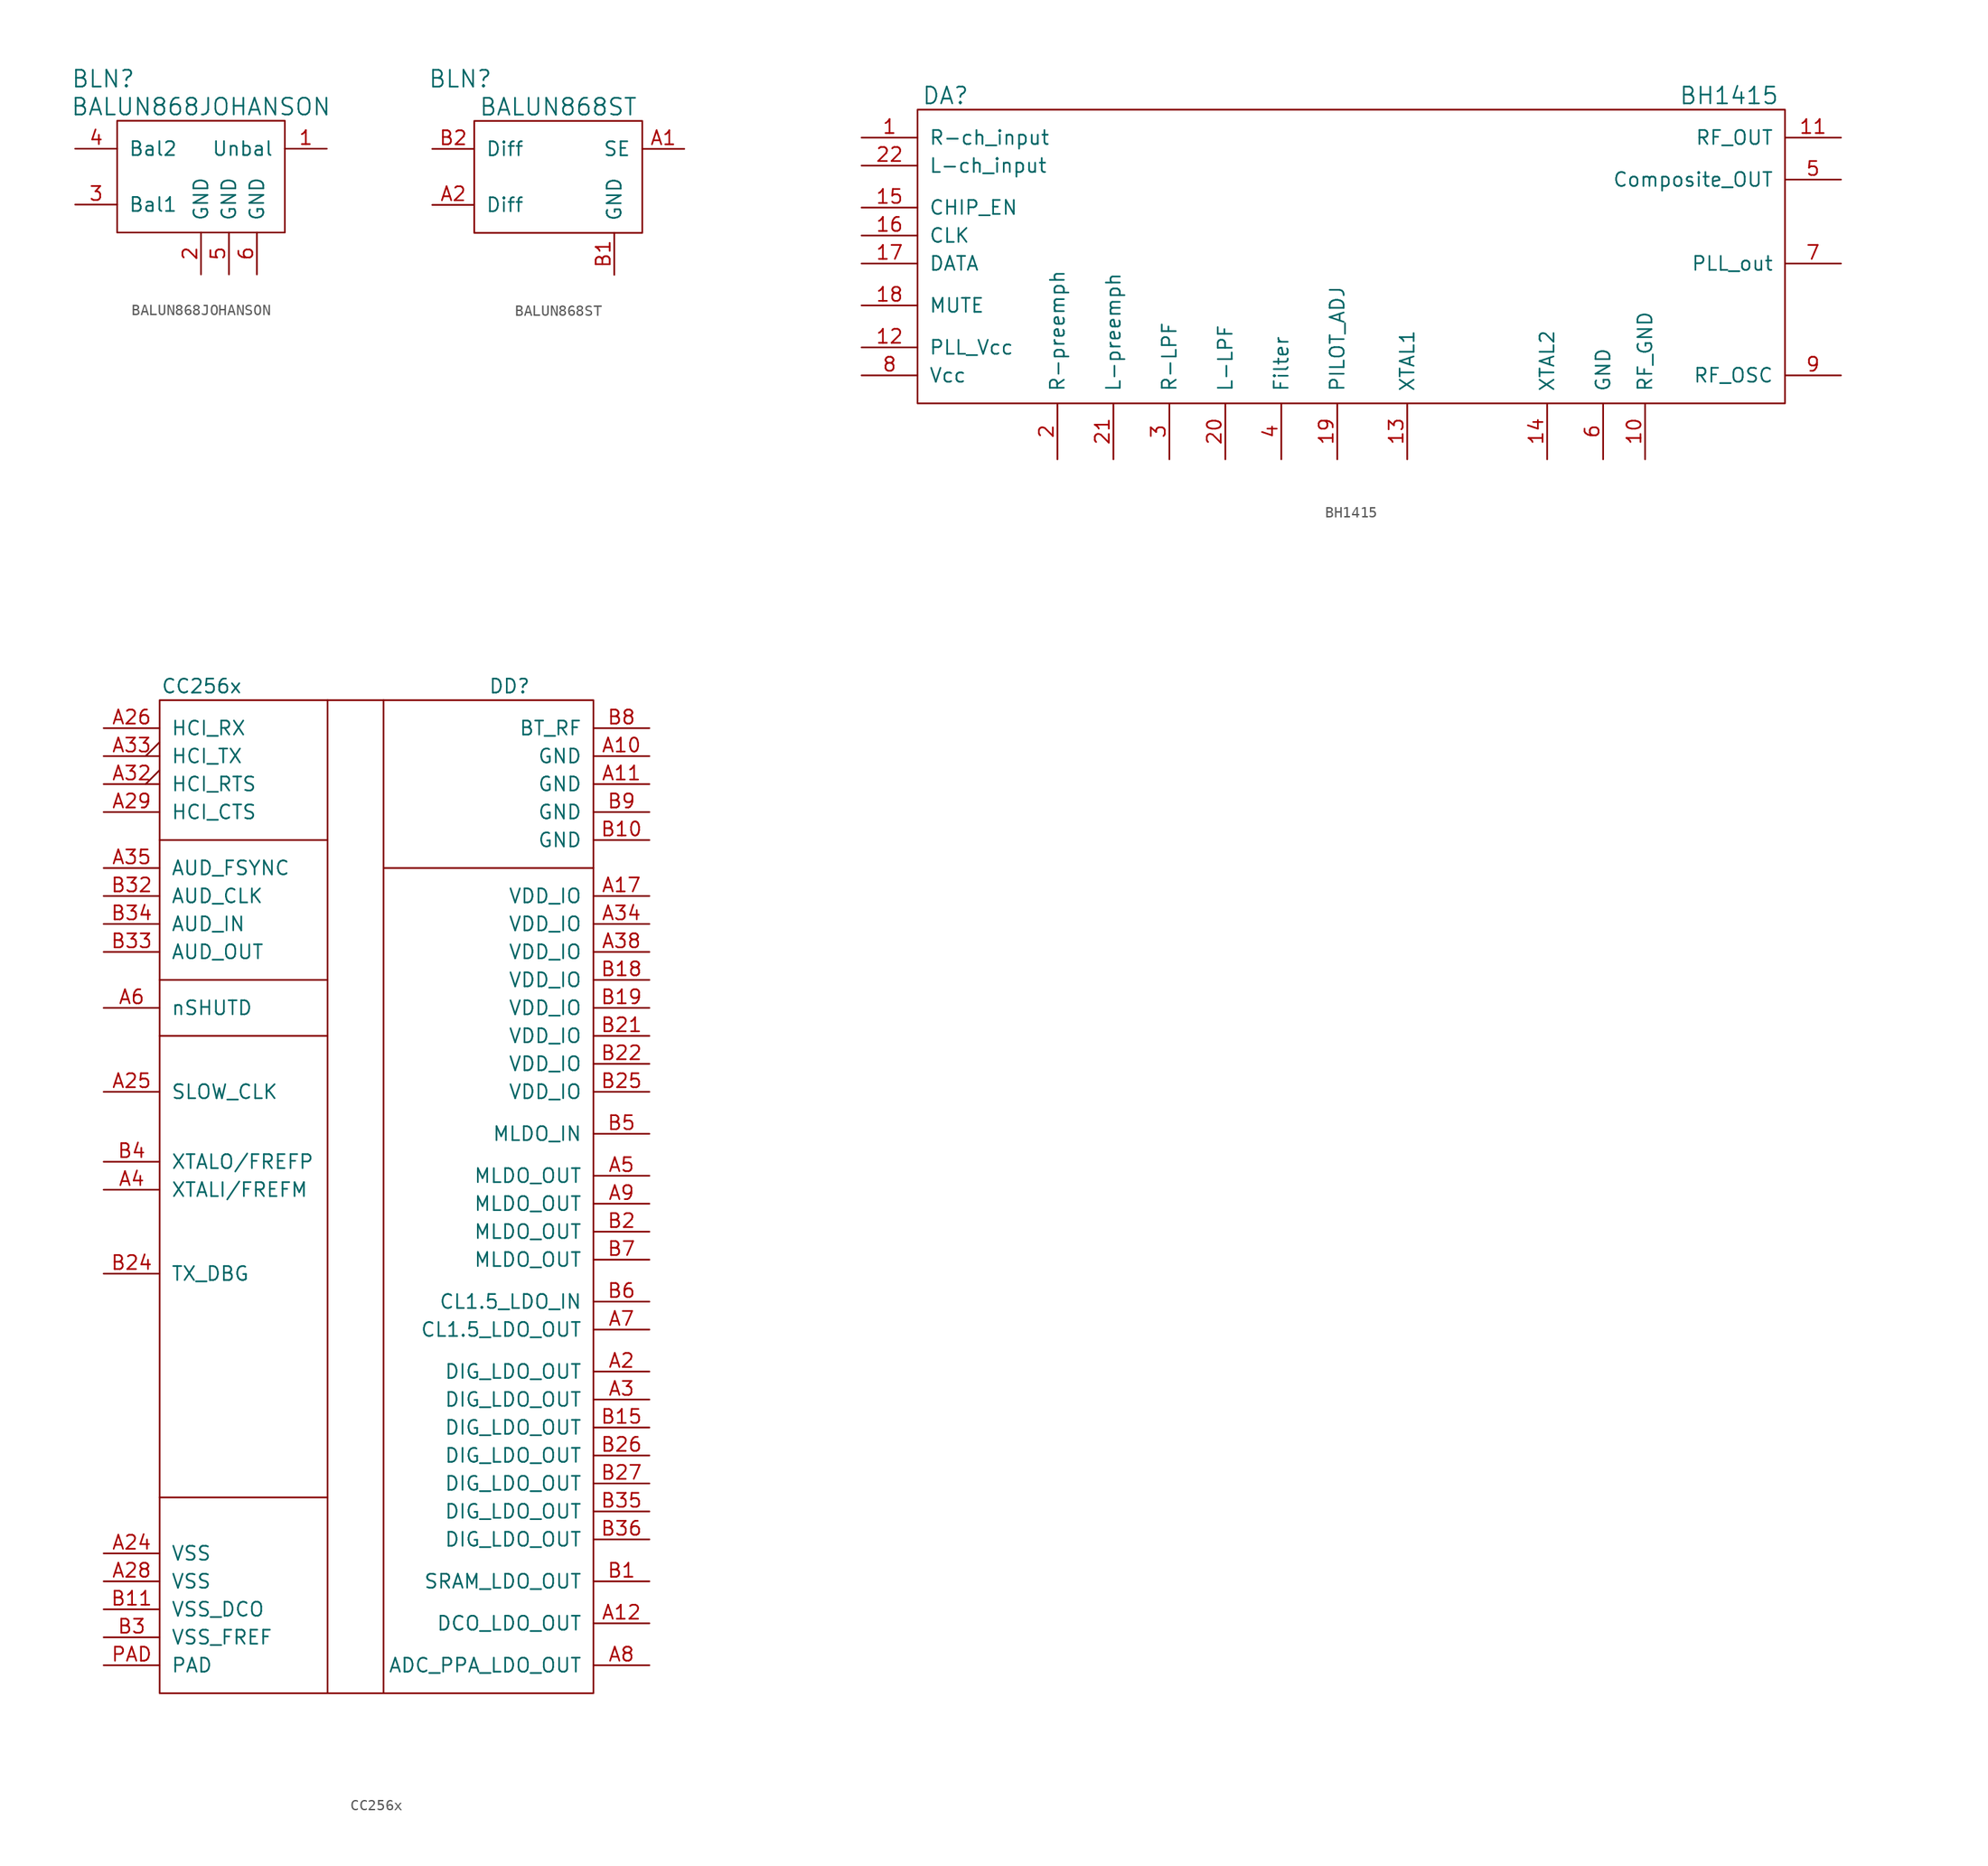
<source format=kicad_sym>
(kicad_symbol_lib
  (version 20211014)
  (generator kicad_symbol_editor)
  (symbol "BALUN868JOHANSON"
    (pin_names
      (offset 1.016))
    (property "Reference" "BLN"
      (at -8.89 8.89 0)
      (effects (font (size 1.524 1.524))))
    (property "Value" "BALUN868JOHANSON"
      (at 0 6.35 0)
      (effects (font (size 1.524 1.524))))
    (property "Datasheet" ""
      (at 0 0 0)
      (effects (font (size 1.524 1.524))))
    (symbol "BALUN868JOHANSON_0_1"
      (rectangle (start -7.62 5.08) (end 7.62 -5.08) (stroke (width 0) (type default) (color 0 0 0 0)) (fill (type none))))
    (symbol "BALUN868JOHANSON_1_1"
      (pin passive line (at 11.43 2.54 180) (length 3.81) (name "Unbal" (effects (font (size 1.27 1.27)))) (number "1" (effects (font (size 1.27 1.27)))))
      (pin passive line (at 0 -8.89 90) (length 3.81) (name "GND" (effects (font (size 1.27 1.27)))) (number "2" (effects (font (size 1.27 1.27)))))
      (pin passive line (at -11.43 -2.54 0) (length 3.81) (name "Bal1" (effects (font (size 1.27 1.27)))) (number "3" (effects (font (size 1.27 1.27)))))
      (pin passive line (at -11.43 2.54 0) (length 3.81) (name "Bal2" (effects (font (size 1.27 1.27)))) (number "4" (effects (font (size 1.27 1.27)))))
      (pin passive line (at 2.54 -8.89 90) (length 3.81) (name "GND" (effects (font (size 1.27 1.27)))) (number "5" (effects (font (size 1.27 1.27)))))
      (pin passive line (at 5.08 -8.89 90) (length 3.81) (name "GND" (effects (font (size 1.27 1.27)))) (number "6" (effects (font (size 1.27 1.27)))))))
  (symbol "BALUN868ST"
    (pin_names
      (offset 1.016))
    (property "Reference" "BLN"
      (at -8.89 8.89 0)
      (effects (font (size 1.524 1.524))))
    (property "Value" "BALUN868ST"
      (at 0 6.35 0)
      (effects (font (size 1.524 1.524))))
    (symbol "BALUN868ST_0_1"
      (rectangle (start -7.62 5.08) (end 7.62 -5.08) (stroke (width 0) (type default) (color 0 0 0 0)) (fill (type none))))
    (symbol "BALUN868ST_1_1"
      (pin passive line (at 11.43 2.54 180) (length 3.81) (name "SE" (effects (font (size 1.27 1.27)))) (number "A1" (effects (font (size 1.27 1.27)))))
      (pin passive line (at -11.43 -2.54 0) (length 3.81) (name "Diff" (effects (font (size 1.27 1.27)))) (number "A2" (effects (font (size 1.27 1.27)))))
      (pin passive line (at 5.08 -8.89 90) (length 3.81) (name "GND" (effects (font (size 1.27 1.27)))) (number "B1" (effects (font (size 1.27 1.27)))))
      (pin passive line (at -11.43 2.54 0) (length 3.81) (name "Diff" (effects (font (size 1.27 1.27)))) (number "B2" (effects (font (size 1.27 1.27)))))))
  (symbol "BH1415"
    (pin_names
      (offset 1.016))
    (property "Reference" "DA"
      (at -39.37 13.97 0)
      (effects (font (size 1.524 1.524))))
    (property "Value" "BH1415"
      (at 31.75 13.97 0)
      (effects (font (size 1.524 1.524))))
    (property "Footprint" ""
      (at 0 0 0)
      (effects (font (size 1.524 1.524))))
    (property "Datasheet" ""
      (at 0 0 0)
      (effects (font (size 1.524 1.524))))
    (symbol "BH1415_0_1"
      (rectangle (start -41.91 -13.97) (end 36.83 12.7) (stroke (width 0) (type default) (color 0 0 0 0)) (fill (type none))))
    (symbol "BH1415_1_1"
      (pin passive line (at -46.99 10.16 0) (length 5.08) (name "R-ch_input" (effects (font (size 1.27 1.27)))) (number "1" (effects (font (size 1.27 1.27)))))
      (pin power_in line (at 24.13 -19.05 90) (length 5.08) (name "RF_GND" (effects (font (size 1.27 1.27)))) (number "10" (effects (font (size 1.27 1.27)))))
      (pin passive line (at 41.91 10.16 180) (length 5.08) (name "RF_OUT" (effects (font (size 1.27 1.27)))) (number "11" (effects (font (size 1.27 1.27)))))
      (pin power_in line (at -46.99 -8.89 0) (length 5.08) (name "PLL_Vcc" (effects (font (size 1.27 1.27)))) (number "12" (effects (font (size 1.27 1.27)))))
      (pin passive line (at 2.54 -19.05 90) (length 5.08) (name "XTAL1" (effects (font (size 1.27 1.27)))) (number "13" (effects (font (size 1.27 1.27)))))
      (pin passive line (at 15.24 -19.05 90) (length 5.08) (name "XTAL2" (effects (font (size 1.27 1.27)))) (number "14" (effects (font (size 1.27 1.27)))))
      (pin passive line (at -46.99 3.81 0) (length 5.08) (name "CHIP_EN" (effects (font (size 1.27 1.27)))) (number "15" (effects (font (size 1.27 1.27)))))
      (pin passive line (at -46.99 1.27 0) (length 5.08) (name "CLK" (effects (font (size 1.27 1.27)))) (number "16" (effects (font (size 1.27 1.27)))))
      (pin passive line (at -46.99 -1.27 0) (length 5.08) (name "DATA" (effects (font (size 1.27 1.27)))) (number "17" (effects (font (size 1.27 1.27)))))
      (pin passive line (at -46.99 -5.08 0) (length 5.08) (name "MUTE" (effects (font (size 1.27 1.27)))) (number "18" (effects (font (size 1.27 1.27)))))
      (pin passive line (at -3.81 -19.05 90) (length 5.08) (name "PILOT_ADJ" (effects (font (size 1.27 1.27)))) (number "19" (effects (font (size 1.27 1.27)))))
      (pin passive line (at -29.21 -19.05 90) (length 5.08) (name "R-preemph" (effects (font (size 1.27 1.27)))) (number "2" (effects (font (size 1.27 1.27)))))
      (pin passive line (at -13.97 -19.05 90) (length 5.08) (name "L-LPF" (effects (font (size 1.27 1.27)))) (number "20" (effects (font (size 1.27 1.27)))))
      (pin passive line (at -24.13 -19.05 90) (length 5.08) (name "L-preemph" (effects (font (size 1.27 1.27)))) (number "21" (effects (font (size 1.27 1.27)))))
      (pin passive line (at -46.99 7.62 0) (length 5.08) (name "L-ch_input" (effects (font (size 1.27 1.27)))) (number "22" (effects (font (size 1.27 1.27)))))
      (pin passive line (at -19.05 -19.05 90) (length 5.08) (name "R-LPF" (effects (font (size 1.27 1.27)))) (number "3" (effects (font (size 1.27 1.27)))))
      (pin passive line (at -8.89 -19.05 90) (length 5.08) (name "Filter" (effects (font (size 1.27 1.27)))) (number "4" (effects (font (size 1.27 1.27)))))
      (pin passive line (at 41.91 6.35 180) (length 5.08) (name "Composite_OUT" (effects (font (size 1.27 1.27)))) (number "5" (effects (font (size 1.27 1.27)))))
      (pin power_in line (at 20.32 -19.05 90) (length 5.08) (name "GND" (effects (font (size 1.27 1.27)))) (number "6" (effects (font (size 1.27 1.27)))))
      (pin passive line (at 41.91 -1.27 180) (length 5.08) (name "PLL_out" (effects (font (size 1.27 1.27)))) (number "7" (effects (font (size 1.27 1.27)))))
      (pin power_in line (at -46.99 -11.43 0) (length 5.08) (name "Vcc" (effects (font (size 1.27 1.27)))) (number "8" (effects (font (size 1.27 1.27)))))
      (pin passive line (at 41.91 -11.43 180) (length 5.08) (name "RF_OSC" (effects (font (size 1.27 1.27)))) (number "9" (effects (font (size 1.27 1.27)))))))
  (symbol "CC256x"
    (pin_names
      (offset 1.016))
    (property "Reference" "DD"
      (at 12.7 44.45 0)
      (effects (font (size 1.27 1.27))))
    (property "Value" "CC256x"
      (at -15.24 44.45 0)
      (effects (font (size 1.27 1.27))))
    (symbol "CC256x_0_1"
      (polyline (pts (xy -19.05 -29.21) (xy -3.81 -29.21)) (stroke (width 0) (type default) (color 0 0 0 0)) (fill (type none)))
      (polyline (pts (xy -19.05 12.7) (xy -3.81 12.7)) (stroke (width 0) (type default) (color 0 0 0 0)) (fill (type none)))
      (polyline (pts (xy -19.05 17.78) (xy -3.81 17.78)) (stroke (width 0) (type default) (color 0 0 0 0)) (fill (type none)))
      (polyline (pts (xy -19.05 30.48) (xy -3.81 30.48)) (stroke (width 0) (type default) (color 0 0 0 0)) (fill (type none)))
      (polyline (pts (xy -3.81 -46.99) (xy -3.81 43.18)) (stroke (width 0) (type default) (color 0 0 0 0)) (fill (type none)))
      (polyline (pts (xy 1.27 43.18) (xy 1.27 -46.99)) (stroke (width 0) (type default) (color 0 0 0 0)) (fill (type none)))
      (polyline (pts (xy 20.32 27.94) (xy 1.27 27.94)) (stroke (width 0) (type default) (color 0 0 0 0)) (fill (type none)))
      (rectangle (start 20.32 -46.99) (end -19.05 43.18) (stroke (width 0) (type default) (color 0 0 0 0)) (fill (type none))))
    (symbol "CC256x_1_1"
      (pin passive line (at 25.4 38.1 180) (length 5.08) (name "GND" (effects (font (size 1.27 1.27)))) (number "A10" (effects (font (size 1.27 1.27)))))
      (pin passive line (at 25.4 35.56 180) (length 5.08) (name "GND" (effects (font (size 1.27 1.27)))) (number "A11" (effects (font (size 1.27 1.27)))))
      (pin power_out line (at 25.4 -40.64 180) (length 5.08) (name "DCO_LDO_OUT" (effects (font (size 1.27 1.27)))) (number "A12" (effects (font (size 1.27 1.27)))))
      (pin power_in line (at 25.4 25.4 180) (length 5.08) (name "VDD_IO" (effects (font (size 1.27 1.27)))) (number "A17" (effects (font (size 1.27 1.27)))))
      (pin passive line (at 25.4 -17.78 180) (length 5.08) (name "DIG_LDO_OUT" (effects (font (size 1.27 1.27)))) (number "A2" (effects (font (size 1.27 1.27)))))
      (pin power_in line (at -24.13 -34.29 0) (length 5.08) (name "VSS" (effects (font (size 1.27 1.27)))) (number "A24" (effects (font (size 1.27 1.27)))))
      (pin passive line (at -24.13 7.62 0) (length 5.08) (name "SLOW_CLK" (effects (font (size 1.27 1.27)))) (number "A25" (effects (font (size 1.27 1.27)))))
      (pin passive line (at -24.13 40.64 0) (length 5.08) (name "HCI_RX" (effects (font (size 1.27 1.27)))) (number "A26" (effects (font (size 1.27 1.27)))))
      (pin power_in line (at -24.13 -36.83 0) (length 5.08) (name "VSS" (effects (font (size 1.27 1.27)))) (number "A28" (effects (font (size 1.27 1.27)))))
      (pin passive line (at -24.13 33.02 0) (length 5.08) (name "HCI_CTS" (effects (font (size 1.27 1.27)))) (number "A29" (effects (font (size 1.27 1.27)))))
      (pin passive line (at 25.4 -20.32 180) (length 5.08) (name "DIG_LDO_OUT" (effects (font (size 1.27 1.27)))) (number "A3" (effects (font (size 1.27 1.27)))))
      (pin passive output_low (at -24.13 35.56 0) (length 5.08) (name "HCI_RTS" (effects (font (size 1.27 1.27)))) (number "A32" (effects (font (size 1.27 1.27)))))
      (pin passive output_low (at -24.13 38.1 0) (length 5.08) (name "HCI_TX" (effects (font (size 1.27 1.27)))) (number "A33" (effects (font (size 1.27 1.27)))))
      (pin power_in line (at 25.4 22.86 180) (length 5.08) (name "VDD_IO" (effects (font (size 1.27 1.27)))) (number "A34" (effects (font (size 1.27 1.27)))))
      (pin passive line (at -24.13 27.94 0) (length 5.08) (name "AUD_FSYNC" (effects (font (size 1.27 1.27)))) (number "A35" (effects (font (size 1.27 1.27)))))
      (pin power_in line (at 25.4 20.32 180) (length 5.08) (name "VDD_IO" (effects (font (size 1.27 1.27)))) (number "A38" (effects (font (size 1.27 1.27)))))
      (pin passive line (at -24.13 -1.27 0) (length 5.08) (name "XTALI/FREFM" (effects (font (size 1.27 1.27)))) (number "A4" (effects (font (size 1.27 1.27)))))
      (pin passive line (at 25.4 0 180) (length 5.08) (name "MLDO_OUT" (effects (font (size 1.27 1.27)))) (number "A5" (effects (font (size 1.27 1.27)))))
      (pin passive line (at -24.13 15.24 0) (length 5.08) (name "nSHUTD" (effects (font (size 1.27 1.27)))) (number "A6" (effects (font (size 1.27 1.27)))))
      (pin power_out line (at 25.4 -13.97 180) (length 5.08) (name "CL1.5_LDO_OUT" (effects (font (size 1.27 1.27)))) (number "A7" (effects (font (size 1.27 1.27)))))
      (pin power_out line (at 25.4 -44.45 180) (length 5.08) (name "ADC_PPA_LDO_OUT" (effects (font (size 1.27 1.27)))) (number "A8" (effects (font (size 1.27 1.27)))))
      (pin passive line (at 25.4 -2.54 180) (length 5.08) (name "MLDO_OUT" (effects (font (size 1.27 1.27)))) (number "A9" (effects (font (size 1.27 1.27)))))
      (pin power_out line (at 25.4 -36.83 180) (length 5.08) (name "SRAM_LDO_OUT" (effects (font (size 1.27 1.27)))) (number "B1" (effects (font (size 1.27 1.27)))))
      (pin passive line (at 25.4 30.48 180) (length 5.08) (name "GND" (effects (font (size 1.27 1.27)))) (number "B10" (effects (font (size 1.27 1.27)))))
      (pin power_in line (at -24.13 -39.37 0) (length 5.08) (name "VSS_DCO" (effects (font (size 1.27 1.27)))) (number "B11" (effects (font (size 1.27 1.27)))))
      (pin passive line (at 25.4 -22.86 180) (length 5.08) (name "DIG_LDO_OUT" (effects (font (size 1.27 1.27)))) (number "B15" (effects (font (size 1.27 1.27)))))
      (pin power_in line (at 25.4 17.78 180) (length 5.08) (name "VDD_IO" (effects (font (size 1.27 1.27)))) (number "B18" (effects (font (size 1.27 1.27)))))
      (pin power_in line (at 25.4 15.24 180) (length 5.08) (name "VDD_IO" (effects (font (size 1.27 1.27)))) (number "B19" (effects (font (size 1.27 1.27)))))
      (pin passive line (at 25.4 -5.08 180) (length 5.08) (name "MLDO_OUT" (effects (font (size 1.27 1.27)))) (number "B2" (effects (font (size 1.27 1.27)))))
      (pin power_in line (at 25.4 12.7 180) (length 5.08) (name "VDD_IO" (effects (font (size 1.27 1.27)))) (number "B21" (effects (font (size 1.27 1.27)))))
      (pin power_in line (at 25.4 10.16 180) (length 5.08) (name "VDD_IO" (effects (font (size 1.27 1.27)))) (number "B22" (effects (font (size 1.27 1.27)))))
      (pin passive line (at -24.13 -8.89 0) (length 5.08) (name "TX_DBG" (effects (font (size 1.27 1.27)))) (number "B24" (effects (font (size 1.27 1.27)))))
      (pin power_in line (at 25.4 7.62 180) (length 5.08) (name "VDD_IO" (effects (font (size 1.27 1.27)))) (number "B25" (effects (font (size 1.27 1.27)))))
      (pin passive line (at 25.4 -25.4 180) (length 5.08) (name "DIG_LDO_OUT" (effects (font (size 1.27 1.27)))) (number "B26" (effects (font (size 1.27 1.27)))))
      (pin passive line (at 25.4 -27.94 180) (length 5.08) (name "DIG_LDO_OUT" (effects (font (size 1.27 1.27)))) (number "B27" (effects (font (size 1.27 1.27)))))
      (pin power_in line (at -24.13 -41.91 0) (length 5.08) (name "VSS_FREF" (effects (font (size 1.27 1.27)))) (number "B3" (effects (font (size 1.27 1.27)))))
      (pin passive line (at -24.13 25.4 0) (length 5.08) (name "AUD_CLK" (effects (font (size 1.27 1.27)))) (number "B32" (effects (font (size 1.27 1.27)))))
      (pin passive line (at -24.13 20.32 0) (length 5.08) (name "AUD_OUT" (effects (font (size 1.27 1.27)))) (number "B33" (effects (font (size 1.27 1.27)))))
      (pin passive line (at -24.13 22.86 0) (length 5.08) (name "AUD_IN" (effects (font (size 1.27 1.27)))) (number "B34" (effects (font (size 1.27 1.27)))))
      (pin passive line (at 25.4 -30.48 180) (length 5.08) (name "DIG_LDO_OUT" (effects (font (size 1.27 1.27)))) (number "B35" (effects (font (size 1.27 1.27)))))
      (pin passive line (at 25.4 -33.02 180) (length 5.08) (name "DIG_LDO_OUT" (effects (font (size 1.27 1.27)))) (number "B36" (effects (font (size 1.27 1.27)))))
      (pin passive line (at -24.13 1.27 0) (length 5.08) (name "XTALO/FREFP" (effects (font (size 1.27 1.27)))) (number "B4" (effects (font (size 1.27 1.27)))))
      (pin power_in line (at 25.4 3.81 180) (length 5.08) (name "MLDO_IN" (effects (font (size 1.27 1.27)))) (number "B5" (effects (font (size 1.27 1.27)))))
      (pin power_in line (at 25.4 -11.43 180) (length 5.08) (name "CL1.5_LDO_IN" (effects (font (size 1.27 1.27)))) (number "B6" (effects (font (size 1.27 1.27)))))
      (pin passive line (at 25.4 -7.62 180) (length 5.08) (name "MLDO_OUT" (effects (font (size 1.27 1.27)))) (number "B7" (effects (font (size 1.27 1.27)))))
      (pin passive line (at 25.4 40.64 180) (length 5.08) (name "BT_RF" (effects (font (size 1.27 1.27)))) (number "B8" (effects (font (size 1.27 1.27)))))
      (pin passive line (at 25.4 33.02 180) (length 5.08) (name "GND" (effects (font (size 1.27 1.27)))) (number "B9" (effects (font (size 1.27 1.27)))))
      (pin power_in line (at -24.13 -44.45 0) (length 5.08) (name "PAD" (effects (font (size 1.27 1.27)))) (number "PAD" (effects (font (size 1.27 1.27))))))))
</source>
